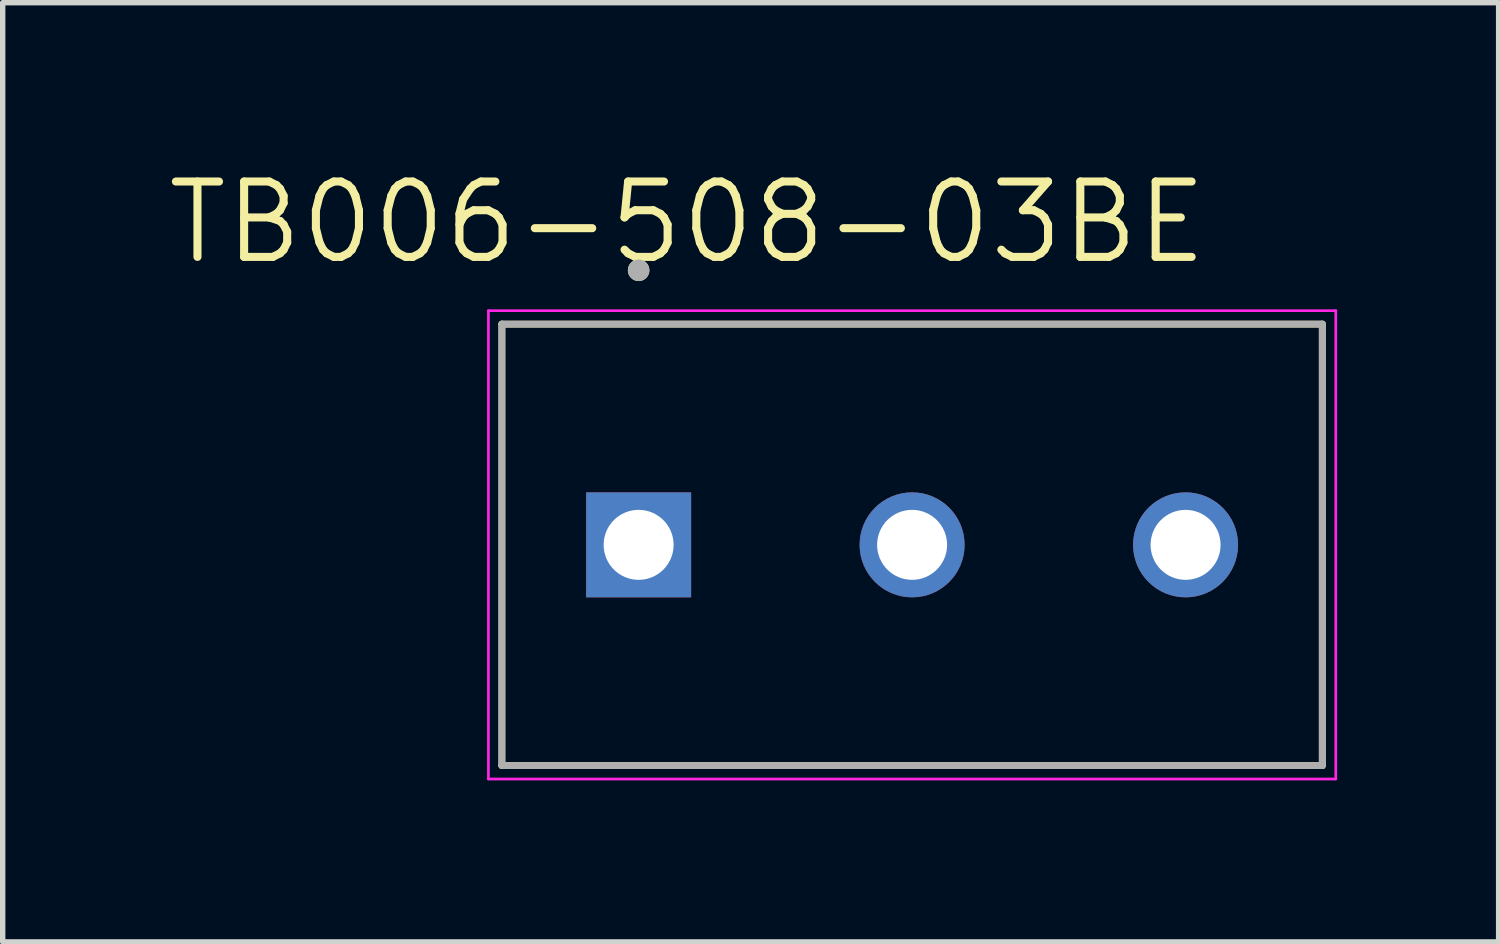
<source format=kicad_pcb>
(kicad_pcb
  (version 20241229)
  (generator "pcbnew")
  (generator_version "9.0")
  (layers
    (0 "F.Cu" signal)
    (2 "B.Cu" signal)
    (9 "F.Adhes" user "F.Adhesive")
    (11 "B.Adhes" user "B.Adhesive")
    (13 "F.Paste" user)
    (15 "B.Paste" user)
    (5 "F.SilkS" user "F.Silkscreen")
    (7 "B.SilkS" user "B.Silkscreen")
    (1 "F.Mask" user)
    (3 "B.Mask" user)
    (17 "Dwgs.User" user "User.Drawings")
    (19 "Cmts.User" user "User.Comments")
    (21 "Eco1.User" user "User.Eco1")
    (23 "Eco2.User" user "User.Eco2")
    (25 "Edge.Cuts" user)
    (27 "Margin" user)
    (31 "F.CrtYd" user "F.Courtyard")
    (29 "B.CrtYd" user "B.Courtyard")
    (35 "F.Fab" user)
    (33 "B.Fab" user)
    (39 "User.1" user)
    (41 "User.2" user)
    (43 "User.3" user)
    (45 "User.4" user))
  (footprint "TB006-508-03BE"
    (layer "F.Cu")
    (at 8.813 7.071)
    (property "Reference" "TB006-508-03BE" (at 0.905 -5.989 0) (layer "F.SilkS") (effects (font (size 1.4 1.4) (thickness 0.15))))
    (attr through_hole)
    (fp_line (start -2.54 -4.1) (end 12.7 -4.1) (stroke (width 0.127) (type solid)) (layer "F.SilkS"))
    (fp_line (start -2.54 4.1) (end -2.54 -4.1) (stroke (width 0.127) (type solid)) (layer "F.SilkS"))
    (fp_line (start 12.7 -4.1) (end 12.7 4.1) (stroke (width 0.127) (type solid)) (layer "F.SilkS"))
    (fp_line (start 12.7 4.1) (end -2.54 4.1) (stroke (width 0.127) (type solid)) (layer "F.SilkS"))
    (fp_circle (center 0 -5.1) (end 0.1 -5.1) (stroke (width 0.2) (type solid)) (fill no) (layer "F.SilkS"))
    (fp_line (start -2.79 -4.35) (end 12.95 -4.35) (stroke (width 0.05) (type solid)) (layer "F.CrtYd"))
    (fp_line (start -2.79 4.35) (end -2.79 -4.35) (stroke (width 0.05) (type solid)) (layer "F.CrtYd"))
    (fp_line (start 12.95 -4.35) (end 12.95 4.35) (stroke (width 0.05) (type solid)) (layer "F.CrtYd"))
    (fp_line (start 12.95 4.35) (end -2.79 4.35) (stroke (width 0.05) (type solid)) (layer "F.CrtYd"))
    (fp_line (start -2.54 -4.1) (end 12.7 -4.1) (stroke (width 0.127) (type solid)) (layer "F.Fab"))
    (fp_line (start -2.54 4.1) (end -2.54 -4.1) (stroke (width 0.127) (type solid)) (layer "F.Fab"))
    (fp_line (start 12.7 -4.1) (end 12.7 4.1) (stroke (width 0.127) (type solid)) (layer "F.Fab"))
    (fp_line (start 12.7 4.1) (end -2.54 4.1) (stroke (width 0.127) (type solid)) (layer "F.Fab"))
    (fp_circle (center 0 -5.1) (end 0.1 -5.1) (stroke (width 0.2) (type solid)) (fill no) (layer "F.Fab"))
    (pad "1" thru_hole rect (at 0 0) (size 1.95 1.95) (drill 1.3) (layers "*.Cu" "*.Mask"))
    (pad "2" thru_hole circle (at 5.08 0) (size 1.95 1.95) (drill 1.3) (layers "*.Cu" "*.Mask"))
    (pad "3" thru_hole circle (at 10.16 0) (size 1.95 1.95) (drill 1.3) (layers "*.Cu" "*.Mask")))
  (gr_rect
    (start -3 -3)
    (end 24.788 14.446)
    (stroke (width 0.1) (type default))
    (fill no)
    (layer "Edge.Cuts")))
</source>
